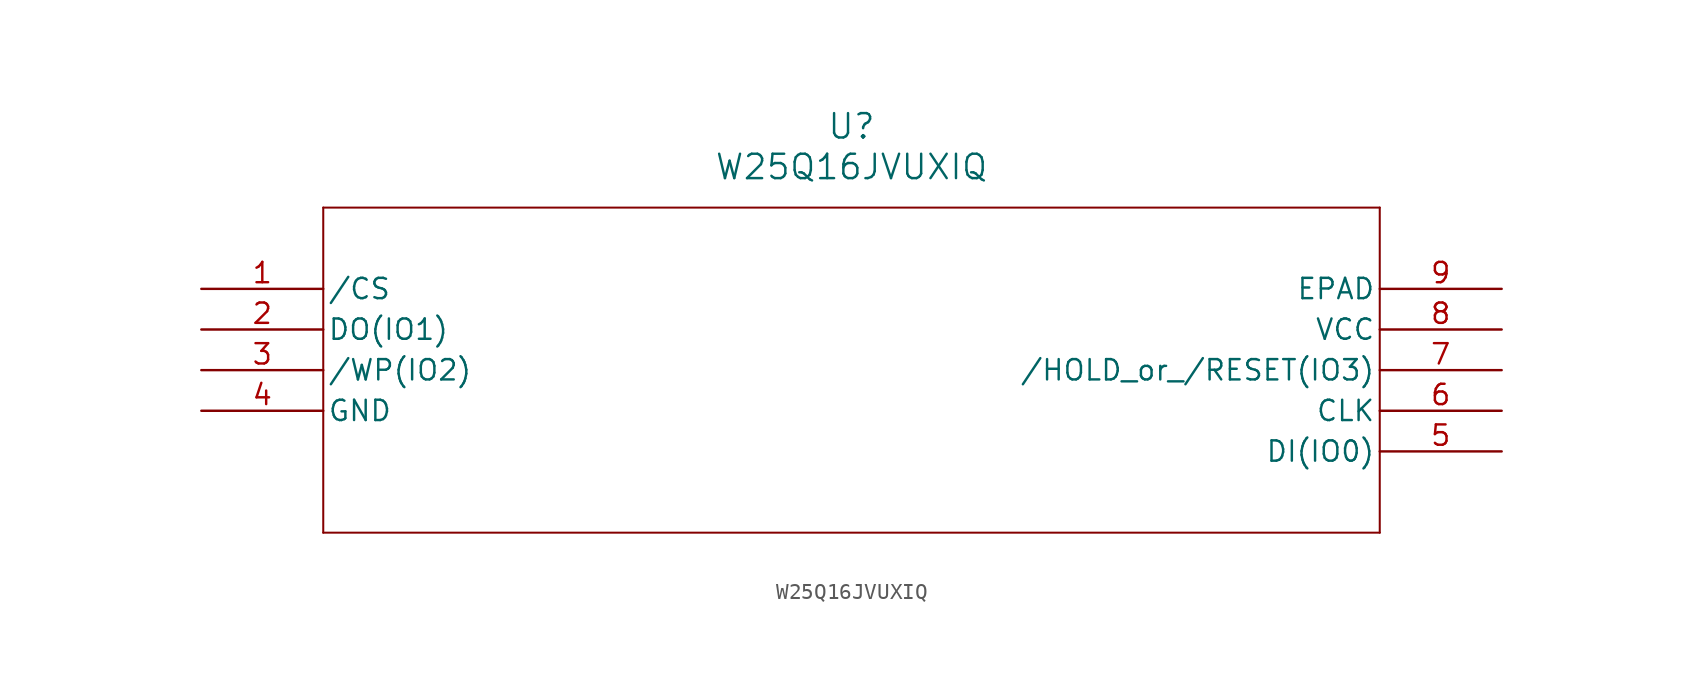
<source format=kicad_sym>
(kicad_symbol_lib
  (version 20211014)
  (generator kicad_symbol_editor)
  (symbol "W25Q16JVUXIQ"
    (pin_names
      (offset 0.254))
    (property "Reference" "U"
      (at 40.64 10.16 0)
      (effects (font (size 1.524 1.524))))
    (property "Value" "W25Q16JVUXIQ"
      (at 40.64 7.62 0)
      (effects (font (size 1.524 1.524))))
    (symbol "W25Q16JVUXIQ_0_1"
      (polyline (pts (xy 7.62 5.08) (xy 7.62 -15.24)) (stroke (width 0.127) (type default) (color 0 0 0 0)) (fill (type none)))
      (polyline (pts (xy 7.62 -15.24) (xy 73.66 -15.24)) (stroke (width 0.127) (type default) (color 0 0 0 0)) (fill (type none)))
      (polyline (pts (xy 73.66 -15.24) (xy 73.66 5.08)) (stroke (width 0.127) (type default) (color 0 0 0 0)) (fill (type none)))
      (polyline (pts (xy 73.66 5.08) (xy 7.62 5.08)) (stroke (width 0.127) (type default) (color 0 0 0 0)) (fill (type none)))
      (pin unspecified line (at 0 0 0) (length 7.62) (name "/CS" (effects (font (size 1.27 1.27)))) (number "1" (effects (font (size 1.27 1.27)))))
      (pin unspecified line (at 0 -2.54 0) (length 7.62) (name "DO(IO1)" (effects (font (size 1.27 1.27)))) (number "2" (effects (font (size 1.27 1.27)))))
      (pin unspecified line (at 0 -5.08 0) (length 7.62) (name "/WP(IO2)" (effects (font (size 1.27 1.27)))) (number "3" (effects (font (size 1.27 1.27)))))
      (pin unspecified line (at 0 -7.62 0) (length 7.62) (name "GND" (effects (font (size 1.27 1.27)))) (number "4" (effects (font (size 1.27 1.27)))))
      (pin unspecified line (at 81.28 -10.16 180) (length 7.62) (name "DI(IO0)" (effects (font (size 1.27 1.27)))) (number "5" (effects (font (size 1.27 1.27)))))
      (pin unspecified line (at 81.28 -7.62 180) (length 7.62) (name "CLK" (effects (font (size 1.27 1.27)))) (number "6" (effects (font (size 1.27 1.27)))))
      (pin unspecified line (at 81.28 -5.08 180) (length 7.62) (name "/HOLD or /RESET(IO3)" (effects (font (size 1.27 1.27)))) (number "7" (effects (font (size 1.27 1.27)))))
      (pin unspecified line (at 81.28 -2.54 180) (length 7.62) (name "VCC" (effects (font (size 1.27 1.27)))) (number "8" (effects (font (size 1.27 1.27)))))
      (pin unspecified line (at 81.28 0 180) (length 7.62) (name "EPAD" (effects (font (size 1.27 1.27)))) (number "9" (effects (font (size 1.27 1.27))))))))
</source>
